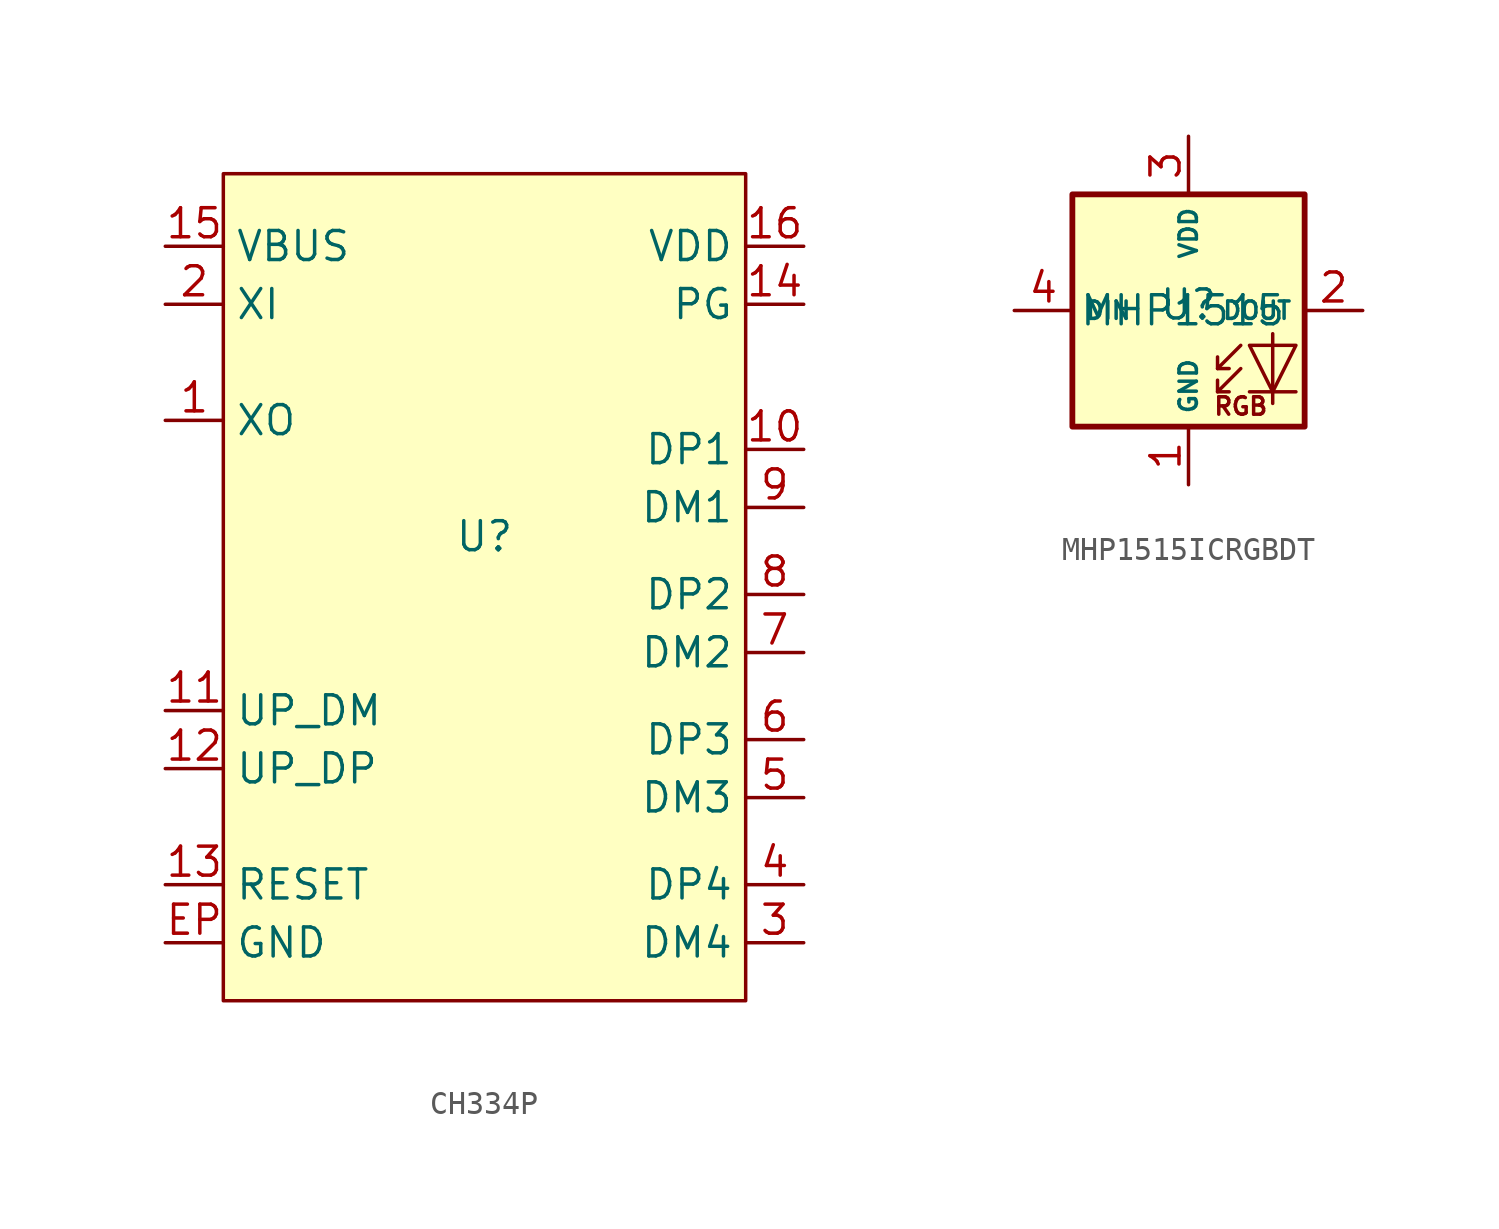
<source format=kicad_sym>
(kicad_symbol_lib
  (version 20241209)
  (generator "kicad_symbol_editor")
  (generator_version "9.0")
  (symbol "CH334P"
    (property "Reference" "U"
      (at 0 0 0)
      (effects (font (size 1.27 1.27))))
    (property "Value" ""
      (at 0 0 0)
      (effects (font (size 1.27 1.27))))
    (symbol "CH334P_1_1"
      (rectangle (start -11.43 15.875) (end 11.43 -20.32) (stroke (width 0) (type solid)) (fill (type background)))
      (pin input line (at -13.97 12.7 0) (length 2.54) (name "VBUS" (effects (font (size 1.27 1.27)))) (number "15" (effects (font (size 1.27 1.27)))))
      (pin input line (at -13.97 10.16 0) (length 2.54) (name "XI" (effects (font (size 1.27 1.27)))) (number "2" (effects (font (size 1.27 1.27)))))
      (pin input line (at -13.97 5.08 0) (length 2.54) (name "XO" (effects (font (size 1.27 1.27)))) (number "1" (effects (font (size 1.27 1.27)))))
      (pin input line (at -13.97 -7.62 0) (length 2.54) (name "UP_DM" (effects (font (size 1.27 1.27)))) (number "11" (effects (font (size 1.27 1.27)))))
      (pin input line (at -13.97 -10.16 0) (length 2.54) (name "UP_DP" (effects (font (size 1.27 1.27)))) (number "12" (effects (font (size 1.27 1.27)))))
      (pin input line (at -13.97 -15.24 0) (length 2.54) (name "RESET" (effects (font (size 1.27 1.27)))) (number "13" (effects (font (size 1.27 1.27)))))
      (pin input line (at -13.97 -17.78 0) (length 2.54) (name "GND" (effects (font (size 1.27 1.27)))) (number "EP" (effects (font (size 1.27 1.27)))))
      (pin input line (at 13.97 12.7 180) (length 2.54) (name "VDD" (effects (font (size 1.27 1.27)))) (number "16" (effects (font (size 1.27 1.27)))))
      (pin input line (at 13.97 10.16 180) (length 2.54) (name "PG" (effects (font (size 1.27 1.27)))) (number "14" (effects (font (size 1.27 1.27)))))
      (pin input line (at 13.97 3.81 180) (length 2.54) (name "DP1" (effects (font (size 1.27 1.27)))) (number "10" (effects (font (size 1.27 1.27)))))
      (pin input line (at 13.97 1.27 180) (length 2.54) (name "DM1" (effects (font (size 1.27 1.27)))) (number "9" (effects (font (size 1.27 1.27)))))
      (pin input line (at 13.97 -2.54 180) (length 2.54) (name "DP2" (effects (font (size 1.27 1.27)))) (number "8" (effects (font (size 1.27 1.27)))))
      (pin input line (at 13.97 -5.08 180) (length 2.54) (name "DM2" (effects (font (size 1.27 1.27)))) (number "7" (effects (font (size 1.27 1.27)))))
      (pin input line (at 13.97 -8.89 180) (length 2.54) (name "DP3" (effects (font (size 1.27 1.27)))) (number "6" (effects (font (size 1.27 1.27)))))
      (pin input line (at 13.97 -11.43 180) (length 2.54) (name "DM3" (effects (font (size 1.27 1.27)))) (number "5" (effects (font (size 1.27 1.27)))))
      (pin input line (at 13.97 -15.24 180) (length 2.54) (name "DP4" (effects (font (size 1.27 1.27)))) (number "4" (effects (font (size 1.27 1.27)))))
      (pin input line (at 13.97 -17.78 180) (length 2.54) (name "DM4" (effects (font (size 1.27 1.27)))) (number "3" (effects (font (size 1.27 1.27)))))))
  (symbol "MHP1515ICRGBDT"
    (property "Reference" "U"
      (at 0 0.254 0)
      (effects (font (size 1.27 1.27))))
    (property "Value" "MHP1515"
      (at -0.254 0 0)
      (effects (font (size 1.27 1.27))))
    (symbol "MHP1515ICRGBDT_0_0"
      (text "RGB" (at 2.286 -4.191 0) (effects (font (size 0.762 0.762)))))
    (symbol "MHP1515ICRGBDT_0_1"
      (polyline (pts (xy 1.27 -2.54) (xy 1.778 -2.54)) (stroke (width 0) (type default)) (fill (type none)))
      (polyline (pts (xy 1.27 -3.556) (xy 1.778 -3.556)) (stroke (width 0) (type default)) (fill (type none)))
      (polyline (pts (xy 2.286 -1.524) (xy 1.27 -2.54) (xy 1.27 -2.032)) (stroke (width 0) (type default)) (fill (type none)))
      (polyline (pts (xy 2.286 -2.54) (xy 1.27 -3.556) (xy 1.27 -3.048)) (stroke (width 0) (type default)) (fill (type none)))
      (polyline (pts (xy 3.683 -1.016) (xy 3.683 -3.556) (xy 3.683 -4.064)) (stroke (width 0) (type default)) (fill (type none)))
      (polyline (pts (xy 4.699 -1.524) (xy 2.667 -1.524) (xy 3.683 -3.556) (xy 4.699 -1.524)) (stroke (width 0) (type default)) (fill (type none)))
      (polyline (pts (xy 4.699 -3.556) (xy 2.667 -3.556)) (stroke (width 0) (type default)) (fill (type none)))
      (rectangle (start 5.08 5.08) (end -5.08 -5.08) (stroke (width 0.254) (type default)) (fill (type background))))
    (symbol "MHP1515ICRGBDT_1_1"
      (pin input line (at -7.62 0 0) (length 2.54) (name "DIN" (effects (font (size 0.762 0.762)))) (number "4" (effects (font (size 1.27 1.27)))))
      (pin power_in line (at 0 7.62 270) (length 2.54) (name "VDD" (effects (font (size 0.762 0.762)))) (number "3" (effects (font (size 1.27 1.27)))))
      (pin power_in line (at 0 -7.62 90) (length 2.54) (name "GND" (effects (font (size 0.762 0.762)))) (number "1" (effects (font (size 1.27 1.27)))))
      (pin output line (at 7.62 0 180) (length 2.54) (name "DOUT" (effects (font (size 0.762 0.762)))) (number "2" (effects (font (size 1.27 1.27))))))))
</source>
